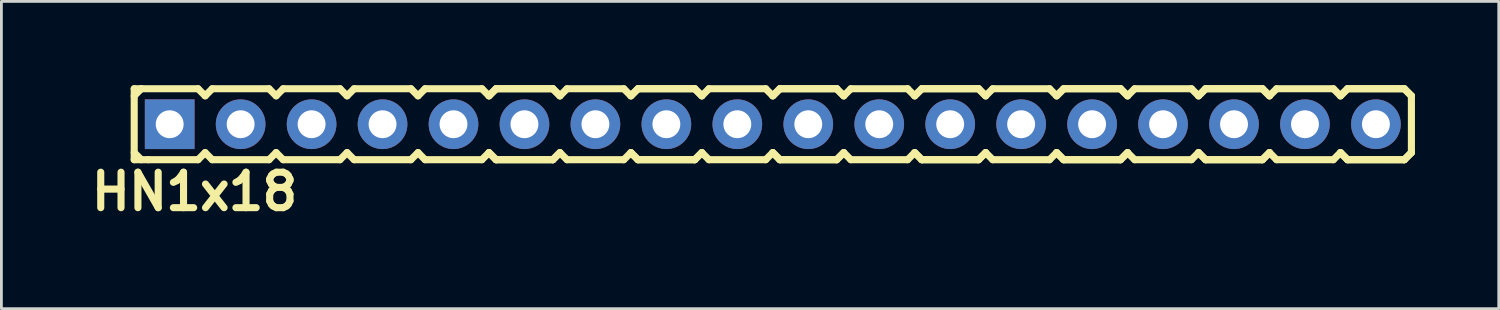
<source format=kicad_pcb>
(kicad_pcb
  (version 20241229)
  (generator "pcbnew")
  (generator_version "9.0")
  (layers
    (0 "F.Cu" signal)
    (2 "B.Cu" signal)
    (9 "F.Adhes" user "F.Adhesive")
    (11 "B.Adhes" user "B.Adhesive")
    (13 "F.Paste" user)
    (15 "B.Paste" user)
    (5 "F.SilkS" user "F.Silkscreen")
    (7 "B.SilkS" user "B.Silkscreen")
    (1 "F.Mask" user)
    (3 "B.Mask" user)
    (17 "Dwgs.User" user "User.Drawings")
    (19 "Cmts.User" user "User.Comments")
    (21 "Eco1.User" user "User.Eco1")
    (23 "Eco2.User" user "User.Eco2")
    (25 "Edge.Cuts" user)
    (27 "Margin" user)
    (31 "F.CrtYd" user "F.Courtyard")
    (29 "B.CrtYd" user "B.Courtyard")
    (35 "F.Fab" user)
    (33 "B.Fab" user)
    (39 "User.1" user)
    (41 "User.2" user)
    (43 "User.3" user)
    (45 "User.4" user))
  (footprint "HN1x18"
    (layer "F.Cu")
    (at 23.344 1.397)
    (property "Reference" "HN1x18" (at -19.431 2.413 0) (layer "F.SilkS") (effects (font (size 1.27 1.27) (thickness 0.254))))
    (attr smd)
    (fp_line (start -21.59 -1.27) (end -21.59 1.27) (stroke (width 0.254) (type solid)) (layer "F.SilkS"))
    (fp_line (start -21.59 -1.27) (end -21.336 -1.27) (stroke (width 0.254) (type solid)) (layer "F.SilkS"))
    (fp_line (start -21.59 -1.016) (end -21.336 -1.27) (stroke (width 0.254) (type solid)) (layer "F.SilkS"))
    (fp_line (start -21.336 -1.27) (end -19.304 -1.27) (stroke (width 0.254) (type solid)) (layer "F.SilkS"))
    (fp_line (start -21.336 1.27) (end -21.59 1.016) (stroke (width 0.254) (type solid)) (layer "F.SilkS"))
    (fp_line (start -21.082 1.27) (end -21.59 1.27) (stroke (width 0.254) (type solid)) (layer "F.SilkS"))
    (fp_line (start -19.304 -1.27) (end -19.05 -1.016) (stroke (width 0.254) (type solid)) (layer "F.SilkS"))
    (fp_line (start -19.304 1.27) (end -21.082 1.27) (stroke (width 0.254) (type solid)) (layer "F.SilkS"))
    (fp_line (start -19.05 -1.016) (end -18.796 -1.27) (stroke (width 0.254) (type solid)) (layer "F.SilkS"))
    (fp_line (start -19.05 1.016) (end -19.304 1.27) (stroke (width 0.254) (type solid)) (layer "F.SilkS"))
    (fp_line (start -18.796 -1.27) (end -16.764 -1.27) (stroke (width 0.254) (type solid)) (layer "F.SilkS"))
    (fp_line (start -18.796 1.27) (end -19.05 1.016) (stroke (width 0.254) (type solid)) (layer "F.SilkS"))
    (fp_line (start -16.764 -1.27) (end -16.51 -1.016) (stroke (width 0.254) (type solid)) (layer "F.SilkS"))
    (fp_line (start -16.764 1.27) (end -18.796 1.27) (stroke (width 0.254) (type solid)) (layer "F.SilkS"))
    (fp_line (start -16.764 1.27) (end -16.51 1.016) (stroke (width 0.254) (type solid)) (layer "F.SilkS"))
    (fp_line (start -16.51 -1.016) (end -16.256 -1.27) (stroke (width 0.254) (type solid)) (layer "F.SilkS"))
    (fp_line (start -16.51 1.016) (end -16.256 1.27) (stroke (width 0.254) (type solid)) (layer "F.SilkS"))
    (fp_line (start -16.256 -1.27) (end -14.224 -1.27) (stroke (width 0.254) (type solid)) (layer "F.SilkS"))
    (fp_line (start -14.224 -1.27) (end -13.97 -1.016) (stroke (width 0.254) (type solid)) (layer "F.SilkS"))
    (fp_line (start -14.224 1.27) (end -16.256 1.27) (stroke (width 0.254) (type solid)) (layer "F.SilkS"))
    (fp_line (start -13.97 -1.016) (end -13.716 -1.27) (stroke (width 0.254) (type solid)) (layer "F.SilkS"))
    (fp_line (start -13.97 1.016) (end -14.224 1.27) (stroke (width 0.254) (type solid)) (layer "F.SilkS"))
    (fp_line (start -13.716 -1.27) (end -11.684 -1.27) (stroke (width 0.254) (type solid)) (layer "F.SilkS"))
    (fp_line (start -13.716 1.27) (end -13.97 1.016) (stroke (width 0.254) (type solid)) (layer "F.SilkS"))
    (fp_line (start -11.684 -1.27) (end -11.43 -1.016) (stroke (width 0.254) (type solid)) (layer "F.SilkS"))
    (fp_line (start -11.684 1.27) (end -13.716 1.27) (stroke (width 0.254) (type solid)) (layer "F.SilkS"))
    (fp_line (start -11.43 -1.016) (end -11.176 -1.27) (stroke (width 0.254) (type solid)) (layer "F.SilkS"))
    (fp_line (start -11.43 1.016) (end -11.684 1.27) (stroke (width 0.254) (type solid)) (layer "F.SilkS"))
    (fp_line (start -11.176 -1.27) (end -9.144 -1.27) (stroke (width 0.254) (type solid)) (layer "F.SilkS"))
    (fp_line (start -11.176 1.27) (end -11.43 1.016) (stroke (width 0.254) (type solid)) (layer "F.SilkS"))
    (fp_line (start -9.144 -1.27) (end -8.89 -1.016) (stroke (width 0.254) (type solid)) (layer "F.SilkS"))
    (fp_line (start -9.144 1.27) (end -11.176 1.27) (stroke (width 0.254) (type solid)) (layer "F.SilkS"))
    (fp_line (start -8.89 -1.016) (end -8.636 -1.27) (stroke (width 0.254) (type solid)) (layer "F.SilkS"))
    (fp_line (start -8.89 -1.016) (end -8.636 -1.27) (stroke (width 0.254) (type solid)) (layer "F.SilkS"))
    (fp_line (start -8.89 1.016) (end -9.144 1.27) (stroke (width 0.254) (type solid)) (layer "F.SilkS"))
    (fp_line (start -8.636 -1.27) (end -6.604 -1.27) (stroke (width 0.254) (type solid)) (layer "F.SilkS"))
    (fp_line (start -8.636 -1.27) (end -6.604 -1.27) (stroke (width 0.254) (type solid)) (layer "F.SilkS"))
    (fp_line (start -8.636 1.27) (end -8.89 1.016) (stroke (width 0.254) (type solid)) (layer "F.SilkS"))
    (fp_line (start -8.636 1.27) (end -8.89 1.016) (stroke (width 0.254) (type solid)) (layer "F.SilkS"))
    (fp_line (start -6.604 -1.27) (end -6.35 -1.016) (stroke (width 0.254) (type solid)) (layer "F.SilkS"))
    (fp_line (start -6.604 -1.27) (end -6.35 -1.016) (stroke (width 0.254) (type solid)) (layer "F.SilkS"))
    (fp_line (start -6.604 1.27) (end -8.636 1.27) (stroke (width 0.254) (type solid)) (layer "F.SilkS"))
    (fp_line (start -6.604 1.27) (end -8.636 1.27) (stroke (width 0.254) (type solid)) (layer "F.SilkS"))
    (fp_line (start -6.35 -1.016) (end -6.096 -1.27) (stroke (width 0.254) (type solid)) (layer "F.SilkS"))
    (fp_line (start -6.35 1.016) (end -6.604 1.27) (stroke (width 0.254) (type solid)) (layer "F.SilkS"))
    (fp_line (start -6.35 1.016) (end -6.604 1.27) (stroke (width 0.254) (type solid)) (layer "F.SilkS"))
    (fp_line (start -6.096 -1.27) (end -4.064 -1.27) (stroke (width 0.254) (type solid)) (layer "F.SilkS"))
    (fp_line (start -6.096 1.27) (end -6.35 1.016) (stroke (width 0.254) (type solid)) (layer "F.SilkS"))
    (fp_line (start -4.064 -1.27) (end -3.81 -1.016) (stroke (width 0.254) (type solid)) (layer "F.SilkS"))
    (fp_line (start -4.064 1.27) (end -6.096 1.27) (stroke (width 0.254) (type solid)) (layer "F.SilkS"))
    (fp_line (start -3.81 -1.016) (end -3.556 -1.27) (stroke (width 0.254) (type solid)) (layer "F.SilkS"))
    (fp_line (start -3.81 -1.016) (end -3.556 -1.27) (stroke (width 0.254) (type solid)) (layer "F.SilkS"))
    (fp_line (start -3.81 1.016) (end -4.064 1.27) (stroke (width 0.254) (type solid)) (layer "F.SilkS"))
    (fp_line (start -3.556 -1.27) (end -1.524 -1.27) (stroke (width 0.254) (type solid)) (layer "F.SilkS"))
    (fp_line (start -3.556 -1.27) (end -1.524 -1.27) (stroke (width 0.254) (type solid)) (layer "F.SilkS"))
    (fp_line (start -3.556 1.27) (end -3.81 1.016) (stroke (width 0.254) (type solid)) (layer "F.SilkS"))
    (fp_line (start -3.556 1.27) (end -3.81 1.016) (stroke (width 0.254) (type solid)) (layer "F.SilkS"))
    (fp_line (start -1.524 -1.27) (end -1.27 -1.016) (stroke (width 0.254) (type solid)) (layer "F.SilkS"))
    (fp_line (start -1.524 -1.27) (end -1.27 -1.016) (stroke (width 0.254) (type solid)) (layer "F.SilkS"))
    (fp_line (start -1.524 1.27) (end -3.556 1.27) (stroke (width 0.254) (type solid)) (layer "F.SilkS"))
    (fp_line (start -1.524 1.27) (end -3.556 1.27) (stroke (width 0.254) (type solid)) (layer "F.SilkS"))
    (fp_line (start -1.27 -1.016) (end -1.016 -1.27) (stroke (width 0.254) (type solid)) (layer "F.SilkS"))
    (fp_line (start -1.27 1.016) (end -1.524 1.27) (stroke (width 0.254) (type solid)) (layer "F.SilkS"))
    (fp_line (start -1.27 1.016) (end -1.524 1.27) (stroke (width 0.254) (type solid)) (layer "F.SilkS"))
    (fp_line (start -1.016 -1.27) (end 1.016 -1.27) (stroke (width 0.254) (type solid)) (layer "F.SilkS"))
    (fp_line (start -1.016 1.27) (end -1.27 1.016) (stroke (width 0.254) (type solid)) (layer "F.SilkS"))
    (fp_line (start 1.016 -1.27) (end 1.27 -1.016) (stroke (width 0.254) (type solid)) (layer "F.SilkS"))
    (fp_line (start 1.016 1.27) (end -1.016 1.27) (stroke (width 0.254) (type solid)) (layer "F.SilkS"))
    (fp_line (start 1.27 -1.016) (end 1.524 -1.27) (stroke (width 0.254) (type solid)) (layer "F.SilkS"))
    (fp_line (start 1.27 -1.016) (end 1.524 -1.27) (stroke (width 0.254) (type solid)) (layer "F.SilkS"))
    (fp_line (start 1.27 1.016) (end 1.016 1.27) (stroke (width 0.254) (type solid)) (layer "F.SilkS"))
    (fp_line (start 1.524 -1.27) (end 3.556 -1.27) (stroke (width 0.254) (type solid)) (layer "F.SilkS"))
    (fp_line (start 1.524 -1.27) (end 3.556 -1.27) (stroke (width 0.254) (type solid)) (layer "F.SilkS"))
    (fp_line (start 1.524 1.27) (end 1.27 1.016) (stroke (width 0.254) (type solid)) (layer "F.SilkS"))
    (fp_line (start 1.524 1.27) (end 1.27 1.016) (stroke (width 0.254) (type solid)) (layer "F.SilkS"))
    (fp_line (start 3.556 -1.27) (end 3.81 -1.016) (stroke (width 0.254) (type solid)) (layer "F.SilkS"))
    (fp_line (start 3.556 -1.27) (end 3.81 -1.016) (stroke (width 0.254) (type solid)) (layer "F.SilkS"))
    (fp_line (start 3.556 1.27) (end 1.524 1.27) (stroke (width 0.254) (type solid)) (layer "F.SilkS"))
    (fp_line (start 3.556 1.27) (end 1.524 1.27) (stroke (width 0.254) (type solid)) (layer "F.SilkS"))
    (fp_line (start 3.81 -1.016) (end 4.064 -1.27) (stroke (width 0.254) (type solid)) (layer "F.SilkS"))
    (fp_line (start 3.81 1.016) (end 3.556 1.27) (stroke (width 0.254) (type solid)) (layer "F.SilkS"))
    (fp_line (start 3.81 1.016) (end 3.556 1.27) (stroke (width 0.254) (type solid)) (layer "F.SilkS"))
    (fp_line (start 4.064 -1.27) (end 6.096 -1.27) (stroke (width 0.254) (type solid)) (layer "F.SilkS"))
    (fp_line (start 4.064 1.27) (end 3.81 1.016) (stroke (width 0.254) (type solid)) (layer "F.SilkS"))
    (fp_line (start 6.096 -1.27) (end 6.35 -1.016) (stroke (width 0.254) (type solid)) (layer "F.SilkS"))
    (fp_line (start 6.096 1.27) (end 4.064 1.27) (stroke (width 0.254) (type solid)) (layer "F.SilkS"))
    (fp_line (start 6.35 -1.016) (end 6.604 -1.27) (stroke (width 0.254) (type solid)) (layer "F.SilkS"))
    (fp_line (start 6.35 -1.016) (end 6.604 -1.27) (stroke (width 0.254) (type solid)) (layer "F.SilkS"))
    (fp_line (start 6.35 1.016) (end 6.096 1.27) (stroke (width 0.254) (type solid)) (layer "F.SilkS"))
    (fp_line (start 6.604 -1.27) (end 8.636 -1.27) (stroke (width 0.254) (type solid)) (layer "F.SilkS"))
    (fp_line (start 6.604 -1.27) (end 8.636 -1.27) (stroke (width 0.254) (type solid)) (layer "F.SilkS"))
    (fp_line (start 6.604 1.27) (end 6.35 1.016) (stroke (width 0.254) (type solid)) (layer "F.SilkS"))
    (fp_line (start 6.604 1.27) (end 6.35 1.016) (stroke (width 0.254) (type solid)) (layer "F.SilkS"))
    (fp_line (start 8.636 -1.27) (end 8.89 -1.016) (stroke (width 0.254) (type solid)) (layer "F.SilkS"))
    (fp_line (start 8.636 -1.27) (end 8.89 -1.016) (stroke (width 0.254) (type solid)) (layer "F.SilkS"))
    (fp_line (start 8.636 1.27) (end 6.604 1.27) (stroke (width 0.254) (type solid)) (layer "F.SilkS"))
    (fp_line (start 8.636 1.27) (end 6.604 1.27) (stroke (width 0.254) (type solid)) (layer "F.SilkS"))
    (fp_line (start 8.89 -1.016) (end 9.144 -1.27) (stroke (width 0.254) (type solid)) (layer "F.SilkS"))
    (fp_line (start 8.89 1.016) (end 8.636 1.27) (stroke (width 0.254) (type solid)) (layer "F.SilkS"))
    (fp_line (start 8.89 1.016) (end 8.636 1.27) (stroke (width 0.254) (type solid)) (layer "F.SilkS"))
    (fp_line (start 9.144 -1.27) (end 11.176 -1.27) (stroke (width 0.254) (type solid)) (layer "F.SilkS"))
    (fp_line (start 9.144 1.27) (end 8.89 1.016) (stroke (width 0.254) (type solid)) (layer "F.SilkS"))
    (fp_line (start 11.176 -1.27) (end 11.43 -1.016) (stroke (width 0.254) (type solid)) (layer "F.SilkS"))
    (fp_line (start 11.176 1.27) (end 9.144 1.27) (stroke (width 0.254) (type solid)) (layer "F.SilkS"))
    (fp_line (start 11.43 -1.016) (end 11.684 -1.27) (stroke (width 0.254) (type solid)) (layer "F.SilkS"))
    (fp_line (start 11.43 -1.016) (end 11.684 -1.27) (stroke (width 0.254) (type solid)) (layer "F.SilkS"))
    (fp_line (start 11.43 1.016) (end 11.176 1.27) (stroke (width 0.254) (type solid)) (layer "F.SilkS"))
    (fp_line (start 11.684 -1.27) (end 13.716 -1.27) (stroke (width 0.254) (type solid)) (layer "F.SilkS"))
    (fp_line (start 11.684 -1.27) (end 13.716 -1.27) (stroke (width 0.254) (type solid)) (layer "F.SilkS"))
    (fp_line (start 11.684 1.27) (end 11.43 1.016) (stroke (width 0.254) (type solid)) (layer "F.SilkS"))
    (fp_line (start 11.684 1.27) (end 11.43 1.016) (stroke (width 0.254) (type solid)) (layer "F.SilkS"))
    (fp_line (start 13.716 -1.27) (end 13.97 -1.016) (stroke (width 0.254) (type solid)) (layer "F.SilkS"))
    (fp_line (start 13.716 -1.27) (end 13.97 -1.016) (stroke (width 0.254) (type solid)) (layer "F.SilkS"))
    (fp_line (start 13.716 1.27) (end 11.684 1.27) (stroke (width 0.254) (type solid)) (layer "F.SilkS"))
    (fp_line (start 13.716 1.27) (end 11.684 1.27) (stroke (width 0.254) (type solid)) (layer "F.SilkS"))
    (fp_line (start 13.97 -1.016) (end 14.224 -1.27) (stroke (width 0.254) (type solid)) (layer "F.SilkS"))
    (fp_line (start 13.97 1.016) (end 13.716 1.27) (stroke (width 0.254) (type solid)) (layer "F.SilkS"))
    (fp_line (start 13.97 1.016) (end 13.716 1.27) (stroke (width 0.254) (type solid)) (layer "F.SilkS"))
    (fp_line (start 14.224 -1.27) (end 16.256 -1.27) (stroke (width 0.254) (type solid)) (layer "F.SilkS"))
    (fp_line (start 14.224 1.27) (end 13.97 1.016) (stroke (width 0.254) (type solid)) (layer "F.SilkS"))
    (fp_line (start 16.256 -1.27) (end 16.51 -1.016) (stroke (width 0.254) (type solid)) (layer "F.SilkS"))
    (fp_line (start 16.256 1.27) (end 14.224 1.27) (stroke (width 0.254) (type solid)) (layer "F.SilkS"))
    (fp_line (start 16.51 -1.016) (end 16.764 -1.27) (stroke (width 0.254) (type solid)) (layer "F.SilkS"))
    (fp_line (start 16.51 -1.016) (end 16.764 -1.27) (stroke (width 0.254) (type solid)) (layer "F.SilkS"))
    (fp_line (start 16.51 1.016) (end 16.256 1.27) (stroke (width 0.254) (type solid)) (layer "F.SilkS"))
    (fp_line (start 16.764 -1.27) (end 18.796 -1.27) (stroke (width 0.254) (type solid)) (layer "F.SilkS"))
    (fp_line (start 16.764 -1.27) (end 18.796 -1.27) (stroke (width 0.254) (type solid)) (layer "F.SilkS"))
    (fp_line (start 16.764 1.27) (end 16.51 1.016) (stroke (width 0.254) (type solid)) (layer "F.SilkS"))
    (fp_line (start 16.764 1.27) (end 16.51 1.016) (stroke (width 0.254) (type solid)) (layer "F.SilkS"))
    (fp_line (start 18.796 -1.27) (end 19.05 -1.016) (stroke (width 0.254) (type solid)) (layer "F.SilkS"))
    (fp_line (start 18.796 -1.27) (end 19.05 -1.016) (stroke (width 0.254) (type solid)) (layer "F.SilkS"))
    (fp_line (start 18.796 1.27) (end 16.764 1.27) (stroke (width 0.254) (type solid)) (layer "F.SilkS"))
    (fp_line (start 18.796 1.27) (end 16.764 1.27) (stroke (width 0.254) (type solid)) (layer "F.SilkS"))
    (fp_line (start 19.05 -1.016) (end 19.304 -1.27) (stroke (width 0.254) (type solid)) (layer "F.SilkS"))
    (fp_line (start 19.05 1.016) (end 18.796 1.27) (stroke (width 0.254) (type solid)) (layer "F.SilkS"))
    (fp_line (start 19.05 1.016) (end 18.796 1.27) (stroke (width 0.254) (type solid)) (layer "F.SilkS"))
    (fp_line (start 19.304 -1.27) (end 21.336 -1.27) (stroke (width 0.254) (type solid)) (layer "F.SilkS"))
    (fp_line (start 19.304 1.27) (end 19.05 1.016) (stroke (width 0.254) (type solid)) (layer "F.SilkS"))
    (fp_line (start 21.336 -1.27) (end 21.59 -1.016) (stroke (width 0.254) (type solid)) (layer "F.SilkS"))
    (fp_line (start 21.336 1.27) (end 19.304 1.27) (stroke (width 0.254) (type solid)) (layer "F.SilkS"))
    (fp_line (start 21.59 -1.016) (end 21.844 -1.27) (stroke (width 0.254) (type solid)) (layer "F.SilkS"))
    (fp_line (start 21.59 -1.016) (end 21.844 -1.27) (stroke (width 0.254) (type solid)) (layer "F.SilkS"))
    (fp_line (start 21.59 1.016) (end 21.336 1.27) (stroke (width 0.254) (type solid)) (layer "F.SilkS"))
    (fp_line (start 21.844 -1.27) (end 23.876 -1.27) (stroke (width 0.254) (type solid)) (layer "F.SilkS"))
    (fp_line (start 21.844 -1.27) (end 23.876 -1.27) (stroke (width 0.254) (type solid)) (layer "F.SilkS"))
    (fp_line (start 21.844 1.27) (end 21.59 1.016) (stroke (width 0.254) (type solid)) (layer "F.SilkS"))
    (fp_line (start 21.844 1.27) (end 21.59 1.016) (stroke (width 0.254) (type solid)) (layer "F.SilkS"))
    (fp_line (start 23.876 -1.27) (end 24.13 -1.016) (stroke (width 0.254) (type solid)) (layer "F.SilkS"))
    (fp_line (start 23.876 -1.27) (end 24.13 -1.016) (stroke (width 0.254) (type solid)) (layer "F.SilkS"))
    (fp_line (start 23.876 1.27) (end 21.844 1.27) (stroke (width 0.254) (type solid)) (layer "F.SilkS"))
    (fp_line (start 23.876 1.27) (end 21.844 1.27) (stroke (width 0.254) (type solid)) (layer "F.SilkS"))
    (fp_line (start 24.13 -1.016) (end 24.13 1.016) (stroke (width 0.254) (type solid)) (layer "F.SilkS"))
    (fp_line (start 24.13 1.016) (end 23.876 1.27) (stroke (width 0.254) (type solid)) (layer "F.SilkS"))
    (fp_line (start 24.13 1.016) (end 23.876 1.27) (stroke (width 0.254) (type solid)) (layer "F.SilkS"))
    (pad "1" thru_hole rect (at -20.32 0) (size 1.778 1.778) (drill 1) (layers "*.Cu" "*.Mask"))
    (pad "2" thru_hole circle (at -17.78 0) (size 1.778 1.778) (drill 1) (layers "*.Cu" "*.Mask"))
    (pad "3" thru_hole circle (at -15.24 0) (size 1.778 1.778) (drill 1) (layers "*.Cu" "*.Mask"))
    (pad "4" thru_hole circle (at -12.7 0) (size 1.778 1.778) (drill 1) (layers "*.Cu" "*.Mask"))
    (pad "5" thru_hole circle (at -10.16 0) (size 1.778 1.778) (drill 1) (layers "*.Cu" "*.Mask"))
    (pad "6" thru_hole circle (at -7.62 0) (size 1.778 1.778) (drill 1) (layers "*.Cu" "*.Mask"))
    (pad "7" thru_hole circle (at -5.08 0) (size 1.778 1.778) (drill 1) (layers "*.Cu" "*.Mask"))
    (pad "8" thru_hole circle (at -2.54 0) (size 1.778 1.778) (drill 1) (layers "*.Cu" "*.Mask"))
    (pad "9" thru_hole circle (at 0 0) (size 1.778 1.778) (drill 1) (layers "*.Cu" "*.Mask"))
    (pad "10" thru_hole circle (at 2.54 0) (size 1.778 1.778) (drill 1) (layers "*.Cu" "*.Mask"))
    (pad "11" thru_hole circle (at 5.08 0) (size 1.778 1.778) (drill 1) (layers "*.Cu" "*.Mask"))
    (pad "12" thru_hole circle (at 7.62 0) (size 1.778 1.778) (drill 1) (layers "*.Cu" "*.Mask"))
    (pad "13" thru_hole circle (at 10.16 0) (size 1.778 1.778) (drill 1) (layers "*.Cu" "*.Mask"))
    (pad "14" thru_hole circle (at 12.7 0) (size 1.778 1.778) (drill 1) (layers "*.Cu" "*.Mask"))
    (pad "15" thru_hole circle (at 15.24 0) (size 1.778 1.778) (drill 1) (layers "*.Cu" "*.Mask"))
    (pad "16" thru_hole circle (at 17.78 0) (size 1.778 1.778) (drill 1) (layers "*.Cu" "*.Mask"))
    (pad "17" thru_hole circle (at 20.32 0) (size 1.778 1.778) (drill 1) (layers "*.Cu" "*.Mask"))
    (pad "18" thru_hole circle (at 22.86 0) (size 1.778 1.778) (drill 1) (layers "*.Cu" "*.Mask")))
  (gr_rect
    (start -3 -3)
    (end 50.601 7.999)
    (stroke (width 0.1) (type default))
    (fill no)
    (layer "Edge.Cuts")))
</source>
